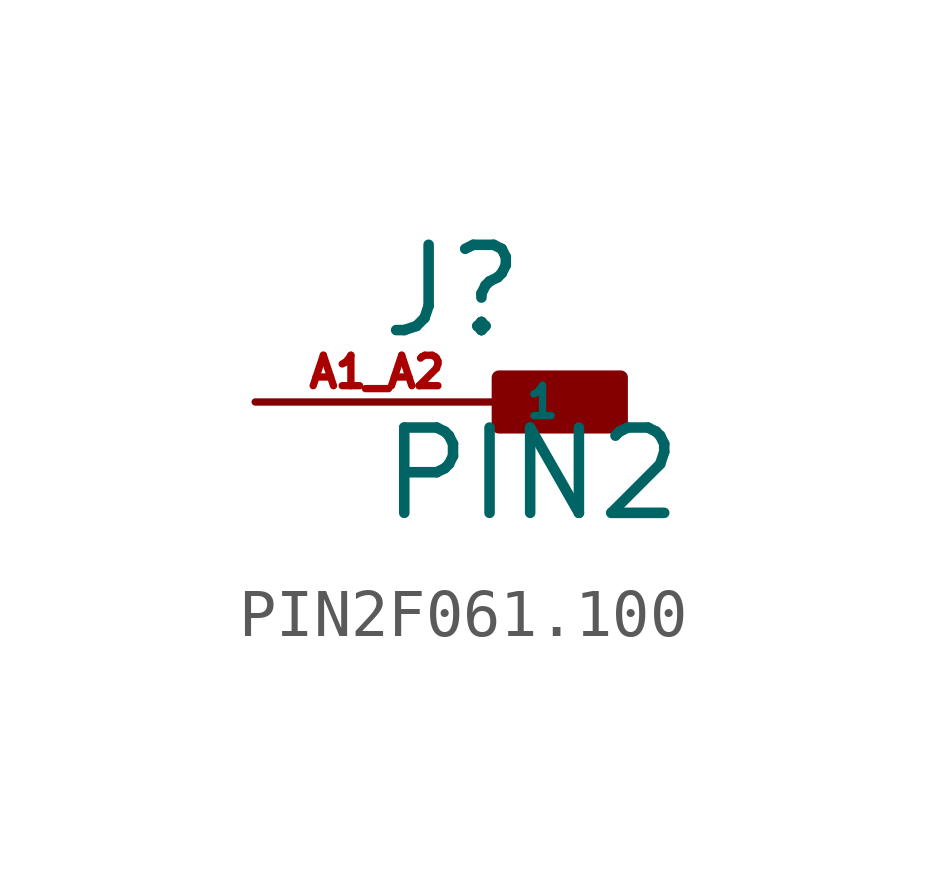
<source format=kicad_sym>
(kicad_symbol_lib
  (version 20220914)
  (generator Eagle2Kicad)
  (symbol "PIN2F061.100"
    (property "Reference" "J"
      (at -2.54 1.27 0)
      (effects (font (size 1.778 1.778) (thickness 0.22)) (justify left bottom)))
    (property "Value" "PIN2"
      (at -2.54 -2.54 0)
      (effects (font (size 1.778 1.778) (thickness 0.22)) (justify left bottom)))
    (rectangle
      (start 0 -0.508)
      (end 2.54 0.508)
      (stroke (width 0.3) (type default))
      (fill (type outline)))
    (pin passive line
      (at -5.08 0 0)
      (length 5.08)
      (name "1" (effects (font (size 0.635 0.635) (thickness 0.08)) (justify left bottom)))
      (number "A1 A2" (effects (font (size 0.635 0.635) (thickness 0.08)) (justify left bottom))))))
</source>
